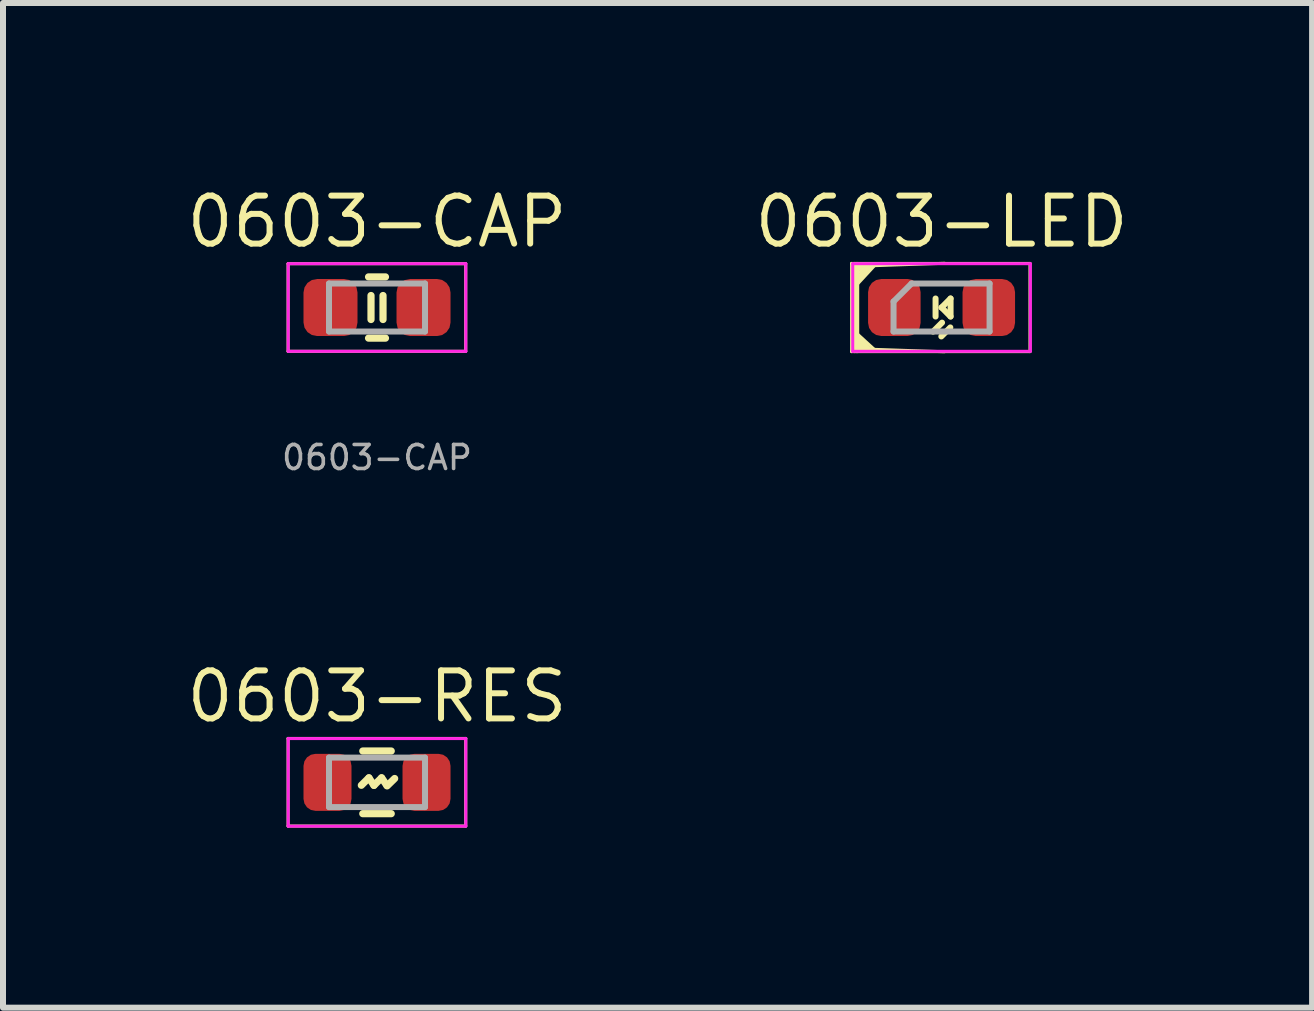
<source format=kicad_pcb>
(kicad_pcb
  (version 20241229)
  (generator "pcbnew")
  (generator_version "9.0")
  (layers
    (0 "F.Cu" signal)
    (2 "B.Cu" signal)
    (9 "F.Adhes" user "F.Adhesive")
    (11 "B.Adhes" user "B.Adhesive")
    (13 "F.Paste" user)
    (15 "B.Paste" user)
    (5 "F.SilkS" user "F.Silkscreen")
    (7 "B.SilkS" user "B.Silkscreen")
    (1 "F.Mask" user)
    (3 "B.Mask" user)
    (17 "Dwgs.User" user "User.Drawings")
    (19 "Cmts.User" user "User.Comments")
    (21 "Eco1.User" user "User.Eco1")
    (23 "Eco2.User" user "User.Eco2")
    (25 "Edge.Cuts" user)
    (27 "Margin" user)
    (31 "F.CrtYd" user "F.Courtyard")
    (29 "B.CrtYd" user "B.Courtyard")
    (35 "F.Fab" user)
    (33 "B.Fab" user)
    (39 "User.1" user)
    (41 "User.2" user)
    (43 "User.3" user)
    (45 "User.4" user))
  (footprint "0603-RES"
    (layer "F.Cu")
    (at 3.232 9.986)
    (property "Reference" "0603-RES" (at 0 -1.43 0) (layer "F.SilkS") (effects (font (size 0.8 0.8) (thickness 0.1))))
    (attr smd)
    (fp_line (start -1.482 -0.732) (end 1.478 -0.732) (stroke (width 0.05) (type solid)) (layer "F.SilkS"))
    (fp_line (start -1.482 0.728) (end -1.482 -0.732) (stroke (width 0.05) (type solid)) (layer "F.SilkS"))
    (fp_line (start -0.261 0.049) (end -0.135 -0.075) (stroke (width 0.12) (type solid)) (layer "F.SilkS"))
    (fp_line (start -0.237 -0.522) (end 0.237 -0.522) (stroke (width 0.12) (type solid)) (layer "F.SilkS"))
    (fp_line (start -0.237 0.522) (end 0.237 0.522) (stroke (width 0.12) (type solid)) (layer "F.SilkS"))
    (fp_line (start -0.051 0.05) (end -0.135 -0.075) (stroke (width 0.12) (type solid)) (layer "F.SilkS"))
    (fp_line (start -0.051 0.05) (end 0.075 -0.074) (stroke (width 0.12) (type solid)) (layer "F.SilkS"))
    (fp_line (start 0.161 0.048) (end 0.077 -0.076) (stroke (width 0.12) (type solid)) (layer "F.SilkS"))
    (fp_line (start 0.168 0.059) (end 0.294 -0.064) (stroke (width 0.12) (type solid)) (layer "F.SilkS"))
    (fp_line (start 1.478 -0.732) (end 1.478 0.728) (stroke (width 0.05) (type solid)) (layer "F.SilkS"))
    (fp_line (start 1.478 0.728) (end -1.482 0.728) (stroke (width 0.05) (type solid)) (layer "F.SilkS"))
    (fp_line (start -1.48 -0.73) (end 1.48 -0.73) (stroke (width 0.05) (type solid)) (layer "F.CrtYd"))
    (fp_line (start -1.48 0.73) (end -1.48 -0.73) (stroke (width 0.05) (type solid)) (layer "F.CrtYd"))
    (fp_line (start 1.48 -0.73) (end 1.48 0.73) (stroke (width 0.05) (type solid)) (layer "F.CrtYd"))
    (fp_line (start 1.48 0.73) (end -1.48 0.73) (stroke (width 0.05) (type solid)) (layer "F.CrtYd"))
    (fp_line (start -0.8 -0.412) (end 0.8 -0.412) (stroke (width 0.1) (type solid)) (layer "F.Fab"))
    (fp_line (start -0.8 0.412) (end -0.8 -0.412) (stroke (width 0.1) (type solid)) (layer "F.Fab"))
    (fp_line (start 0.8 -0.412) (end 0.8 0.412) (stroke (width 0.1) (type solid)) (layer "F.Fab"))
    (fp_line (start 0.8 0.412) (end -0.8 0.412) (stroke (width 0.1) (type solid)) (layer "F.Fab"))
    (pad "1" smd roundrect (at -0.825 0) (size 0.8 0.95) (layers "F.Cu" "F.Mask" "F.Paste") (roundrect_rratio 0.25))
    (pad "2" smd roundrect (at 0.825 0) (size 0.8 0.95) (layers "F.Cu" "F.Mask" "F.Paste") (roundrect_rratio 0.25)))
  (footprint "0603-LED"
    (layer "F.Cu")
    (at 12.639 2.074)
    (property "Reference" "0603-LED" (at 0 -1.43 0) (layer "F.SilkS") (effects (font (size 0.8 0.8) (thickness 0.1))))
    (attr smd)
    (fp_line (start -1.499 -0.735) (end -1.499 0.735) (stroke (width 0.05) (type solid)) (layer "F.SilkS"))
    (fp_line (start -1.499 0.735) (end 1.473 0.735) (stroke (width 0.05) (type solid)) (layer "F.SilkS"))
    (fp_line (start -1.473 -0.711) (end -1.473 0.711) (stroke (width 0.05) (type solid)) (layer "F.SilkS"))
    (fp_line (start -1.448 -0.735) (end -1.448 0.735) (stroke (width 0.05) (type solid)) (layer "F.SilkS"))
    (fp_line (start -1.448 -0.686) (end 0.051 -0.737) (stroke (width 0.05) (type solid)) (layer "F.SilkS"))
    (fp_line (start -1.448 0.686) (end 0.049 0.737) (stroke (width 0.05) (type solid)) (layer "F.SilkS"))
    (fp_line (start -1.422 -0.735) (end -1.422 0.735) (stroke (width 0.05) (type solid)) (layer "F.SilkS"))
    (fp_line (start -1.397 -0.735) (end -1.397 0.735) (stroke (width 0.05) (type solid)) (layer "F.SilkS"))
    (fp_line (start -1.397 -0.508) (end -1.194 -0.711) (stroke (width 0.05) (type solid)) (layer "F.SilkS"))
    (fp_line (start -1.397 -0.451) (end -1.143 -0.718) (stroke (width 0.05) (type solid)) (layer "F.SilkS"))
    (fp_line (start -1.397 -0.394) (end -1.092 -0.724) (stroke (width 0.05) (type solid)) (layer "F.SilkS"))
    (fp_line (start -1.397 0.445) (end -1.092 0.724) (stroke (width 0.05) (type solid)) (layer "F.SilkS"))
    (fp_line (start -1.384 -0.673) (end -1.346 -0.711) (stroke (width 0.05) (type solid)) (layer "F.SilkS"))
    (fp_line (start -1.372 -0.635) (end -1.295 -0.711) (stroke (width 0.05) (type solid)) (layer "F.SilkS"))
    (fp_line (start -1.372 -0.584) (end -1.245 -0.711) (stroke (width 0.05) (type solid)) (layer "F.SilkS"))
    (fp_line (start -1.353 0.705) (end -1.391 0.667) (stroke (width 0.05) (type solid)) (layer "F.SilkS"))
    (fp_line (start -1.308 0.724) (end -1.384 0.648) (stroke (width 0.05) (type solid)) (layer "F.SilkS"))
    (fp_line (start -1.27 0.711) (end -1.397 0.584) (stroke (width 0.05) (type solid)) (layer "F.SilkS"))
    (fp_line (start -1.219 0.711) (end -1.397 0.533) (stroke (width 0.05) (type solid)) (layer "F.SilkS"))
    (fp_line (start -1.168 0.711) (end -1.378 0.508) (stroke (width 0.05) (type solid)) (layer "F.SilkS"))
    (fp_line (start -0.142 0.402) (end 0.008 0.252) (stroke (width 0.1) (type solid)) (layer "F.SilkS"))
    (fp_line (start -0.1 0.15) (end -0.1 -0.15) (stroke (width 0.1) (type solid)) (layer "F.SilkS"))
    (fp_line (start -0.004 0.482) (end 0.146 0.332) (stroke (width 0.1) (type solid)) (layer "F.SilkS"))
    (fp_line (start 0 0) (end 0.15 -0.15) (stroke (width 0.1) (type solid)) (layer "F.SilkS"))
    (fp_line (start 0 0) (end 0.15 0.15) (stroke (width 0.1) (type solid)) (layer "F.SilkS"))
    (fp_line (start 0.15 0.15) (end 0.15 -0.15) (stroke (width 0.1) (type solid)) (layer "F.SilkS"))
    (fp_line (start 1.473 -0.735) (end -1.499 -0.735) (stroke (width 0.05) (type solid)) (layer "F.SilkS"))
    (fp_line (start 1.473 -0.735) (end 1.473 0.735) (stroke (width 0.05) (type solid)) (layer "F.SilkS"))
    (fp_line (start -1.48 -0.73) (end 1.48 -0.73) (stroke (width 0.05) (type solid)) (layer "F.CrtYd"))
    (fp_line (start -1.48 0.73) (end -1.48 -0.73) (stroke (width 0.05) (type solid)) (layer "F.CrtYd"))
    (fp_line (start 1.48 -0.73) (end 1.48 0.73) (stroke (width 0.05) (type solid)) (layer "F.CrtYd"))
    (fp_line (start 1.48 0.73) (end -1.48 0.73) (stroke (width 0.05) (type solid)) (layer "F.CrtYd"))
    (fp_line (start -0.8 -0.1) (end -0.8 0.4) (stroke (width 0.1) (type solid)) (layer "F.Fab"))
    (fp_line (start -0.8 0.4) (end 0.8 0.4) (stroke (width 0.1) (type solid)) (layer "F.Fab"))
    (fp_line (start -0.5 -0.4) (end -0.8 -0.1) (stroke (width 0.1) (type solid)) (layer "F.Fab"))
    (fp_line (start 0.8 -0.4) (end -0.5 -0.4) (stroke (width 0.1) (type solid)) (layer "F.Fab"))
    (fp_line (start 0.8 0.4) (end 0.8 -0.4) (stroke (width 0.1) (type solid)) (layer "F.Fab"))
    (pad "1" smd roundrect (at -0.787 0) (size 0.875 0.95) (layers "F.Cu" "F.Mask" "F.Paste") (roundrect_rratio 0.25))
    (pad "2" smd roundrect (at 0.787 0) (size 0.875 0.95) (layers "F.Cu" "F.Mask" "F.Paste") (roundrect_rratio 0.25)))
  (footprint "0603-CAP"
    (layer "F.Cu")
    (at 3.232 2.074)
    (property "Reference" "0603-CAP" (at 0 -1.43 0) (layer "F.SilkS") (effects (font (size 0.8 0.8) (thickness 0.1))))
    (attr smd)
    (fp_line (start -1.482 -0.73) (end 1.478 -0.73) (stroke (width 0.05) (type solid)) (layer "F.SilkS"))
    (fp_line (start -1.482 0.73) (end -1.482 -0.73) (stroke (width 0.05) (type solid)) (layer "F.SilkS"))
    (fp_line (start -0.141 -0.51) (end 0.141 -0.51) (stroke (width 0.12) (type solid)) (layer "F.SilkS"))
    (fp_line (start -0.141 0.51) (end 0.141 0.51) (stroke (width 0.12) (type solid)) (layer "F.SilkS"))
    (fp_line (start -0.1 -0.2) (end -0.1 0.2) (stroke (width 0.12) (type solid)) (layer "F.SilkS"))
    (fp_line (start 0.1 -0.2) (end 0.1 0.2) (stroke (width 0.12) (type solid)) (layer "F.SilkS"))
    (fp_line (start 1.478 -0.73) (end 1.478 0.73) (stroke (width 0.05) (type solid)) (layer "F.SilkS"))
    (fp_line (start 1.478 0.73) (end -1.482 0.73) (stroke (width 0.05) (type solid)) (layer "F.SilkS"))
    (fp_line (start -1.48 -0.73) (end 1.48 -0.73) (stroke (width 0.05) (type solid)) (layer "F.CrtYd"))
    (fp_line (start -1.48 0.73) (end -1.48 -0.73) (stroke (width 0.05) (type solid)) (layer "F.CrtYd"))
    (fp_line (start 1.48 -0.73) (end 1.48 0.73) (stroke (width 0.05) (type solid)) (layer "F.CrtYd"))
    (fp_line (start 1.48 0.73) (end -1.48 0.73) (stroke (width 0.05) (type solid)) (layer "F.CrtYd"))
    (fp_line (start -0.8 -0.4) (end 0.8 -0.4) (stroke (width 0.1) (type solid)) (layer "F.Fab"))
    (fp_line (start -0.8 0.4) (end -0.8 -0.4) (stroke (width 0.1) (type solid)) (layer "F.Fab"))
    (fp_line (start 0.8 -0.4) (end 0.8 0.4) (stroke (width 0.1) (type solid)) (layer "F.Fab"))
    (fp_line (start 0.8 0.4) (end -0.8 0.4) (stroke (width 0.1) (type solid)) (layer "F.Fab"))
    (fp_text user "${REFERENCE}" (at 0 2.5 0) (layer "F.Fab") (effects (font (size 0.4 0.4) (thickness 0.06))))
    (pad "1" smd roundrect (at -0.775 0) (size 0.9 0.95) (layers "F.Cu" "F.Mask" "F.Paste") (roundrect_rratio 0.25))
    (pad "2" smd roundrect (at 0.775 0) (size 0.9 0.95) (layers "F.Cu" "F.Mask" "F.Paste") (roundrect_rratio 0.25)))
  (gr_rect
    (start -3 -3)
    (end 18.813 13.741)
    (stroke (width 0.1) (type default))
    (fill no)
    (layer "Edge.Cuts")))
</source>
